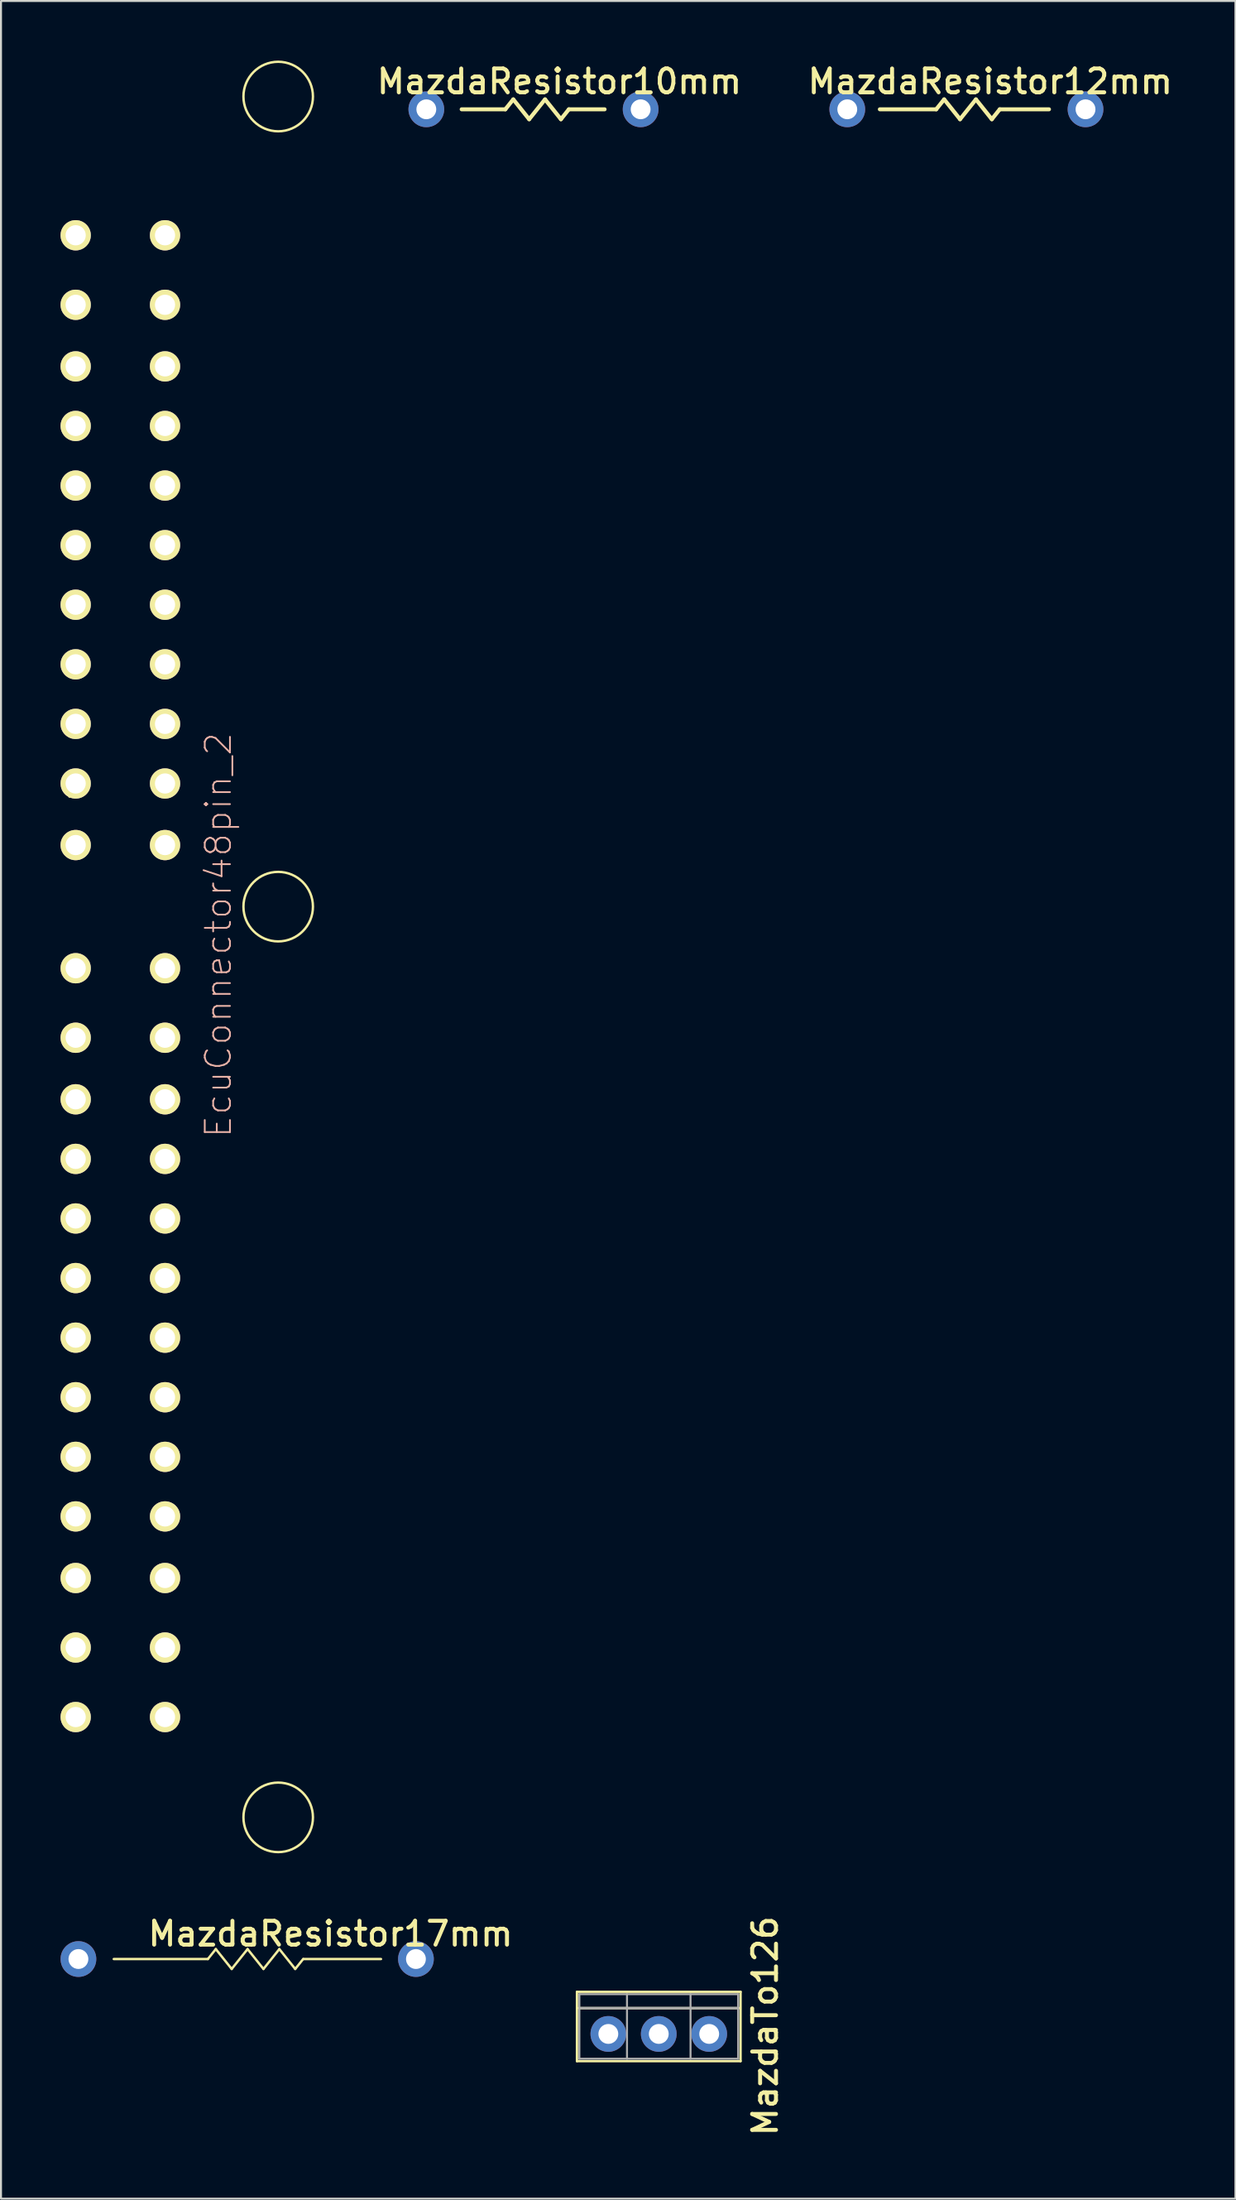
<source format=kicad_pcb>
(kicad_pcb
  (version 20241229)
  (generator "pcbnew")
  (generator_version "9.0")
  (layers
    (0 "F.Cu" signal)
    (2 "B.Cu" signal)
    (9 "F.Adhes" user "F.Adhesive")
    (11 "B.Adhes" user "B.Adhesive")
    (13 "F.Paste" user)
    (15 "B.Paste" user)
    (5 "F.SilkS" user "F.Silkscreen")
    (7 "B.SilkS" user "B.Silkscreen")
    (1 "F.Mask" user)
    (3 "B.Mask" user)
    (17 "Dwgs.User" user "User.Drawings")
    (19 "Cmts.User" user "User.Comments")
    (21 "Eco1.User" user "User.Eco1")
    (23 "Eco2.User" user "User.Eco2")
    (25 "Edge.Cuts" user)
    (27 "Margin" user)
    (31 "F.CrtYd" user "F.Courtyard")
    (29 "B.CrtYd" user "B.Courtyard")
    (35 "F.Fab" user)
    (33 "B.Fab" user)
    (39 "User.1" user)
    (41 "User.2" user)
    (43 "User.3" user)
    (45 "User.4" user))
  (footprint "EcuConnector48pin_2"
    (layer "F.Cu")
    (at 0.762 8.795)
    (property "Reference" "EcuConnector48pin_2" (at 7.188 35.23 270) (layer "B.SilkS") (effects (font (size 1.27 1.27) (thickness 0.089))))
    (attr exclude_from_pos_files exclude_from_bom)
    (fp_line (start -0.33 -0.36) (end 0.178 -0.36) (stroke (width 0.066) (type solid)) (layer "F.SilkS"))
    (fp_line (start -0.33 0.148) (end -0.33 -0.36) (stroke (width 0.066) (type solid)) (layer "F.SilkS"))
    (fp_line (start -0.33 0.148) (end 0.178 0.148) (stroke (width 0.066) (type solid)) (layer "F.SilkS"))
    (fp_line (start -0.33 3.273) (end 0.178 3.273) (stroke (width 0.066) (type solid)) (layer "F.SilkS"))
    (fp_line (start -0.33 12.14) (end 0.178 12.14) (stroke (width 0.066) (type solid)) (layer "F.SilkS"))
    (fp_line (start -0.33 12.648) (end -0.33 12.14) (stroke (width 0.066) (type solid)) (layer "F.SilkS"))
    (fp_line (start -0.33 12.648) (end 0.178 12.648) (stroke (width 0.066) (type solid)) (layer "F.SilkS"))
    (fp_line (start -0.33 15.265) (end 0.178 15.265) (stroke (width 0.066) (type solid)) (layer "F.SilkS"))
    (fp_line (start -0.33 15.773) (end -0.33 15.265) (stroke (width 0.066) (type solid)) (layer "F.SilkS"))
    (fp_line (start -0.33 15.773) (end 0.178 15.773) (stroke (width 0.066) (type solid)) (layer "F.SilkS"))
    (fp_line (start -0.33 18.39) (end 0.178 18.39) (stroke (width 0.066) (type solid)) (layer "F.SilkS"))
    (fp_line (start -0.33 18.898) (end -0.33 18.39) (stroke (width 0.066) (type solid)) (layer "F.SilkS"))
    (fp_line (start -0.33 18.898) (end 0.178 18.898) (stroke (width 0.066) (type solid)) (layer "F.SilkS"))
    (fp_line (start -0.33 21.515) (end 0.178 21.515) (stroke (width 0.066) (type solid)) (layer "F.SilkS"))
    (fp_line (start -0.33 22.023) (end -0.33 21.515) (stroke (width 0.066) (type solid)) (layer "F.SilkS"))
    (fp_line (start -0.33 22.023) (end 0.178 22.023) (stroke (width 0.066) (type solid)) (layer "F.SilkS"))
    (fp_line (start -0.33 24.64) (end 0.178 24.64) (stroke (width 0.066) (type solid)) (layer "F.SilkS"))
    (fp_line (start -0.33 25.148) (end -0.33 24.64) (stroke (width 0.066) (type solid)) (layer "F.SilkS"))
    (fp_line (start -0.33 25.148) (end 0.178 25.148) (stroke (width 0.066) (type solid)) (layer "F.SilkS"))
    (fp_line (start -0.33 27.765) (end 0.178 27.765) (stroke (width 0.066) (type solid)) (layer "F.SilkS"))
    (fp_line (start -0.33 28.273) (end -0.33 27.765) (stroke (width 0.066) (type solid)) (layer "F.SilkS"))
    (fp_line (start -0.33 28.273) (end 0.178 28.273) (stroke (width 0.066) (type solid)) (layer "F.SilkS"))
    (fp_line (start -0.33 30.89) (end 0.178 30.89) (stroke (width 0.066) (type solid)) (layer "F.SilkS"))
    (fp_line (start 0.178 0.148) (end 0.178 -0.36) (stroke (width 0.066) (type solid)) (layer "F.SilkS"))
    (fp_line (start 0.178 12.648) (end 0.178 12.14) (stroke (width 0.066) (type solid)) (layer "F.SilkS"))
    (fp_line (start 0.178 15.773) (end 0.178 15.265) (stroke (width 0.066) (type solid)) (layer "F.SilkS"))
    (fp_line (start 0.178 18.898) (end 0.178 18.39) (stroke (width 0.066) (type solid)) (layer "F.SilkS"))
    (fp_line (start 0.178 22.023) (end 0.178 21.515) (stroke (width 0.066) (type solid)) (layer "F.SilkS"))
    (fp_line (start 0.178 25.148) (end 0.178 24.64) (stroke (width 0.066) (type solid)) (layer "F.SilkS"))
    (fp_line (start 0.178 28.273) (end 0.178 27.765) (stroke (width 0.066) (type solid)) (layer "F.SilkS"))
    (fp_line (start 0.178 31.398) (end 0.178 30.89) (stroke (width 0.066) (type solid)) (layer "F.SilkS"))
    (fp_line (start 4.75 0.148) (end 4.75 -0.36) (stroke (width 0.066) (type solid)) (layer "F.SilkS"))
    (fp_line (start 4.75 9.523) (end 4.75 9.015) (stroke (width 0.066) (type solid)) (layer "F.SilkS"))
    (fp_line (start 4.75 12.648) (end 4.75 12.14) (stroke (width 0.066) (type solid)) (layer "F.SilkS"))
    (fp_line (start 4.75 15.773) (end 4.75 15.265) (stroke (width 0.066) (type solid)) (layer "F.SilkS"))
    (fp_line (start 4.75 18.898) (end 4.75 18.39) (stroke (width 0.066) (type solid)) (layer "F.SilkS"))
    (fp_line (start 4.75 22.023) (end 4.75 21.515) (stroke (width 0.066) (type solid)) (layer "F.SilkS"))
    (fp_line (start 4.75 25.148) (end 4.75 24.64) (stroke (width 0.066) (type solid)) (layer "F.SilkS"))
    (fp_line (start 4.75 28.273) (end 4.75 27.765) (stroke (width 0.066) (type solid)) (layer "F.SilkS"))
    (fp_circle (center 10.2 -6.985) (end 11.95 -6.985) (stroke (width 0.12) (type solid)) (fill no) (layer "F.SilkS"))
    (fp_circle (center 10.2 33.8) (end 11.95 33.8) (stroke (width 0.12) (type solid)) (fill no) (layer "F.SilkS"))
    (fp_circle (center 10.2 79.65) (end 11.95 79.65) (stroke (width 0.12) (type solid)) (fill no) (layer "F.SilkS"))
    (pad "2A" thru_hole circle (at 0 36.9 270) (size 1.524 1.524) (drill 1.016) (layers "*.Cu" "F.Mask" "F.SilkS" "F.Paste"))
    (pad "2B" thru_hole circle (at 4.5 36.9 270) (size 1.524 1.524) (drill 1.016) (layers "*.Cu" "F.Mask" "F.SilkS" "F.Paste"))
    (pad "2C" thru_hole circle (at 0 40.4 270) (size 1.524 1.524) (drill 1.016) (layers "*.Cu" "F.Mask" "F.SilkS" "F.Paste"))
    (pad "2D" thru_hole circle (at 4.5 40.4 270) (size 1.524 1.524) (drill 1.016) (layers "*.Cu" "F.Mask" "F.SilkS" "F.Paste"))
    (pad "2E" thru_hole circle (at 0 43.5 270) (size 1.524 1.524) (drill 1.016) (layers "*.Cu" "F.Mask" "F.SilkS" "F.Paste"))
    (pad "2F" thru_hole circle (at 4.5 43.5 270) (size 1.524 1.524) (drill 1.016) (layers "*.Cu" "F.Mask" "F.SilkS" "F.Paste"))
    (pad "2G" thru_hole circle (at 0 46.5 270) (size 1.524 1.524) (drill 1.016) (layers "*.Cu" "F.Mask" "F.SilkS" "F.Paste"))
    (pad "2H" thru_hole circle (at 4.5 46.5 270) (size 1.524 1.524) (drill 1.016) (layers "*.Cu" "F.Mask" "F.SilkS" "F.Paste"))
    (pad "2I" thru_hole circle (at 0 49.5 270) (size 1.524 1.524) (drill 1.016) (layers "*.Cu" "F.Mask" "F.SilkS" "F.Paste"))
    (pad "2J" thru_hole circle (at 4.5 49.5 270) (size 1.524 1.524) (drill 1.016) (layers "*.Cu" "F.Mask" "F.SilkS" "F.Paste"))
    (pad "2K" thru_hole circle (at 0 52.5 270) (size 1.524 1.524) (drill 1.016) (layers "*.Cu" "F.Mask" "F.SilkS" "F.Paste"))
    (pad "2L" thru_hole circle (at 4.5 52.5 270) (size 1.524 1.524) (drill 1.016) (layers "*.Cu" "F.Mask" "F.SilkS" "F.Paste"))
    (pad "2M" thru_hole circle (at 0 55.5 270) (size 1.524 1.524) (drill 1.016) (layers "*.Cu" "F.Mask" "F.SilkS" "F.Paste"))
    (pad "2N" thru_hole circle (at 4.5 55.5 270) (size 1.524 1.524) (drill 1.016) (layers "*.Cu" "F.Mask" "F.SilkS" "F.Paste"))
    (pad "2O" thru_hole circle (at 0 58.5 270) (size 1.524 1.524) (drill 1.016) (layers "*.Cu" "F.Mask" "F.SilkS" "F.Paste"))
    (pad "2P" thru_hole circle (at 4.5 58.5 270) (size 1.524 1.524) (drill 1.016) (layers "*.Cu" "F.Mask" "F.SilkS" "F.Paste"))
    (pad "2Q" thru_hole circle (at 0 61.5 270) (size 1.524 1.524) (drill 1.016) (layers "*.Cu" "F.Mask" "F.SilkS" "F.Paste"))
    (pad "2R" thru_hole circle (at 4.5 61.5 270) (size 1.524 1.524) (drill 1.016) (layers "*.Cu" "F.Mask" "F.SilkS" "F.Paste"))
    (pad "2S" thru_hole circle (at 0 64.5 270) (size 1.524 1.524) (drill 1.016) (layers "*.Cu" "F.Mask" "F.SilkS" "F.Paste"))
    (pad "2T" thru_hole circle (at 4.5 64.5 270) (size 1.524 1.524) (drill 1.016) (layers "*.Cu" "F.Mask" "F.SilkS" "F.Paste"))
    (pad "2U" thru_hole circle (at 0 67.6 270) (size 1.524 1.524) (drill 1.016) (layers "*.Cu" "F.Mask" "F.SilkS" "F.Paste"))
    (pad "2V" thru_hole circle (at 4.5 67.6 270) (size 1.524 1.524) (drill 1.016) (layers "*.Cu" "F.Mask" "F.SilkS" "F.Paste"))
    (pad "2W" thru_hole circle (at 0 71.1 270) (size 1.524 1.524) (drill 1.016) (layers "*.Cu" "F.Mask" "F.SilkS" "F.Paste"))
    (pad "2X" thru_hole circle (at 4.5 71.1 270) (size 1.524 1.524) (drill 1.016) (layers "*.Cu" "F.Mask" "F.SilkS" "F.Paste"))
    (pad "2Y" thru_hole circle (at 0 74.6 270) (size 1.524 1.524) (drill 1.016) (layers "*.Cu" "F.Mask" "F.SilkS" "F.Paste"))
    (pad "2Z" thru_hole circle (at 4.5 74.6 270) (size 1.524 1.524) (drill 1.016) (layers "*.Cu" "F.Mask" "F.SilkS" "F.Paste"))
    (pad "A" thru_hole circle (at 0 0 270) (size 1.524 1.524) (drill 1.016) (layers "*.Cu" "F.Mask" "F.SilkS" "F.Paste"))
    (pad "B" thru_hole circle (at 4.5 0 270) (size 1.524 1.524) (drill 1.016) (layers "*.Cu" "F.Mask" "F.SilkS" "F.Paste"))
    (pad "C" thru_hole circle (at 0 3.5 270) (size 1.524 1.524) (drill 1.016) (layers "*.Cu" "F.Mask" "F.SilkS" "F.Paste"))
    (pad "D" thru_hole circle (at 4.5 3.5 270) (size 1.524 1.524) (drill 1.016) (layers "*.Cu" "F.Mask" "F.SilkS" "F.Paste"))
    (pad "E" thru_hole circle (at 0 6.6 270) (size 1.524 1.524) (drill 1.016) (layers "*.Cu" "F.Mask" "F.SilkS" "F.Paste"))
    (pad "F" thru_hole circle (at 4.5 6.6 270) (size 1.524 1.524) (drill 1.016) (layers "*.Cu" "F.Mask" "F.SilkS" "F.Paste"))
    (pad "G" thru_hole circle (at 0 9.6 270) (size 1.524 1.524) (drill 1.016) (layers "*.Cu" "F.Mask" "F.SilkS" "F.Paste"))
    (pad "H" thru_hole circle (at 4.5 9.6 270) (size 1.524 1.524) (drill 1.016) (layers "*.Cu" "F.Mask" "F.SilkS" "F.Paste"))
    (pad "I" thru_hole circle (at 0 12.6 270) (size 1.524 1.524) (drill 1.016) (layers "*.Cu" "F.Mask" "F.SilkS" "F.Paste"))
    (pad "J" thru_hole circle (at 4.5 12.6 270) (size 1.524 1.524) (drill 1.016) (layers "*.Cu" "F.Mask" "F.SilkS" "F.Paste"))
    (pad "K" thru_hole circle (at 0 15.6 270) (size 1.524 1.524) (drill 1.016) (layers "*.Cu" "F.Mask" "F.SilkS" "F.Paste"))
    (pad "L" thru_hole circle (at 4.5 15.6 270) (size 1.524 1.524) (drill 1.016) (layers "*.Cu" "F.Mask" "F.SilkS" "F.Paste"))
    (pad "M" thru_hole circle (at 0 18.6 270) (size 1.524 1.524) (drill 1.016) (layers "*.Cu" "F.Mask" "F.SilkS" "F.Paste"))
    (pad "N" thru_hole circle (at 4.5 18.6 270) (size 1.524 1.524) (drill 1.016) (layers "*.Cu" "F.Mask" "F.SilkS" "F.Paste"))
    (pad "O" thru_hole circle (at 0 21.6 270) (size 1.524 1.524) (drill 1.016) (layers "*.Cu" "F.Mask" "F.SilkS" "F.Paste"))
    (pad "P" thru_hole circle (at 4.5 21.6 270) (size 1.524 1.524) (drill 1.016) (layers "*.Cu" "F.Mask" "F.SilkS" "F.Paste"))
    (pad "Q" thru_hole circle (at 0 24.6 270) (size 1.524 1.524) (drill 1.016) (layers "*.Cu" "F.Mask" "F.SilkS" "F.Paste"))
    (pad "R" thru_hole circle (at 4.5 24.6 270) (size 1.524 1.524) (drill 1.016) (layers "*.Cu" "F.Mask" "F.SilkS" "F.Paste"))
    (pad "S" thru_hole circle (at 0 27.6 270) (size 1.524 1.524) (drill 1.016) (layers "*.Cu" "F.Mask" "F.SilkS" "F.Paste"))
    (pad "T" thru_hole circle (at 4.5 27.6 270) (size 1.524 1.524) (drill 1.016) (layers "*.Cu" "F.Mask" "F.SilkS" "F.Paste"))
    (pad "U" thru_hole circle (at 0 30.7 270) (size 1.524 1.524) (drill 1.016) (layers "*.Cu" "F.Mask" "F.SilkS" "F.Paste"))
    (pad "V" thru_hole circle (at 4.5 30.7 270) (size 1.524 1.524) (drill 1.016) (layers "*.Cu" "F.Mask" "F.SilkS" "F.Paste")))
  (footprint "MazdaResistor17mm"
    (layer "F.Cu")
    (at 0.9 95.578)
    (property "Reference" "MazdaResistor17mm" (at 12.7 -1.27 0) (layer "F.SilkS") (effects (font (size 1.2 1.2) (thickness 0.2))))
    (attr through_hole)
    (fp_line (start 6.52 0) (end 1.78 0) (stroke (width 0.12) (type solid)) (layer "F.SilkS"))
    (fp_line (start 6.52 0) (end 6.92 -0.5) (stroke (width 0.12) (type solid)) (layer "F.SilkS"))
    (fp_line (start 6.92 -0.5) (end 7.72 0.5) (stroke (width 0.12) (type solid)) (layer "F.SilkS"))
    (fp_line (start 7.72 0.5) (end 8.52 -0.5) (stroke (width 0.12) (type solid)) (layer "F.SilkS"))
    (fp_line (start 8.52 -0.5) (end 9.32 0.5) (stroke (width 0.12) (type solid)) (layer "F.SilkS"))
    (fp_line (start 9.32 0.5) (end 10.12 -0.5) (stroke (width 0.12) (type solid)) (layer "F.SilkS"))
    (fp_line (start 10.12 -0.5) (end 10.92 0.5) (stroke (width 0.12) (type solid)) (layer "F.SilkS"))
    (fp_line (start 10.92 0.5) (end 11.32 0) (stroke (width 0.12) (type solid)) (layer "F.SilkS"))
    (fp_line (start 11.33 0) (end 15.24 0) (stroke (width 0.12) (type solid)) (layer "F.SilkS"))
    (pad "1" thru_hole circle (at 0 0) (size 1.8 1.8) (drill 1) (layers "*.Cu" "*.Mask"))
    (pad "2" thru_hole oval (at 17 0) (size 1.8 1.8) (drill 1) (layers "*.Cu" "*.Mask")))
  (footprint "MazdaResistor12mm"
    (layer "F.Cu")
    (at 39.626 2.453)
    (property "Reference" "MazdaResistor12mm" (at 7.2 -1.4 0) (layer "F.SilkS") (effects (font (size 1.2 1.2) (thickness 0.2))))
    (attr through_hole)
    (fp_line (start 4.48 0) (end 1.64 0) (stroke (width 0.2) (type solid)) (layer "F.SilkS"))
    (fp_line (start 4.48 0) (end 4.88 -0.5) (stroke (width 0.2) (type solid)) (layer "F.SilkS"))
    (fp_line (start 4.88 -0.5) (end 5.68 0.5) (stroke (width 0.2) (type solid)) (layer "F.SilkS"))
    (fp_line (start 5.68 0.5) (end 6.48 -0.5) (stroke (width 0.2) (type solid)) (layer "F.SilkS"))
    (fp_line (start 6.48 -0.5) (end 7.28 0.5) (stroke (width 0.2) (type solid)) (layer "F.SilkS"))
    (fp_line (start 7.28 0.5) (end 7.68 0) (stroke (width 0.2) (type solid)) (layer "F.SilkS"))
    (fp_line (start 7.68 0) (end 10.16 0) (stroke (width 0.2) (type solid)) (layer "F.SilkS"))
    (pad "1" thru_hole circle (at 0 0) (size 1.8 1.8) (drill 1) (layers "*.Cu" "*.Mask"))
    (pad "2" thru_hole oval (at 12 0) (size 1.8 1.8) (drill 1) (layers "*.Cu" "*.Mask")))
  (footprint "MazdaTo126"
    (layer "F.Cu")
    (at 27.591 99.349)
    (property "Reference" "MazdaTo126" (at 7.9 -0.4 270) (layer "F.SilkS") (effects (font (size 1.2 1.2) (thickness 0.2))))
    (attr through_hole)
    (fp_line (start -1.58 -2.12) (end -1.58 1.37) (stroke (width 0.12) (type solid)) (layer "F.SilkS"))
    (fp_line (start -1.58 -2.12) (end 6.66 -2.12) (stroke (width 0.12) (type solid)) (layer "F.SilkS"))
    (fp_line (start -1.58 1.37) (end 6.66 1.37) (stroke (width 0.12) (type solid)) (layer "F.SilkS"))
    (fp_line (start -1.5 -1.3) (end 6.6 -1.3) (stroke (width 0.12) (type solid)) (layer "F.SilkS"))
    (fp_line (start 6.66 -2.12) (end 6.66 1.37) (stroke (width 0.12) (type solid)) (layer "F.SilkS"))
    (fp_line (start -1.46 -2) (end -1.46 1.25) (stroke (width 0.1) (type solid)) (layer "F.Fab"))
    (fp_line (start -1.46 1.25) (end 6.54 1.25) (stroke (width 0.1) (type solid)) (layer "F.Fab"))
    (fp_line (start -1.4 -1.3) (end 6.5 -1.3) (stroke (width 0.12) (type solid)) (layer "F.Fab"))
    (fp_line (start 0.94 -2) (end 0.94 1.25) (stroke (width 0.1) (type solid)) (layer "F.Fab"))
    (fp_line (start 4.14 -2) (end 4.14 1.25) (stroke (width 0.1) (type solid)) (layer "F.Fab"))
    (fp_line (start 6.54 -2) (end -1.46 -2) (stroke (width 0.1) (type solid)) (layer "F.Fab"))
    (fp_line (start 6.54 1.25) (end 6.54 -2) (stroke (width 0.1) (type solid)) (layer "F.Fab"))
    (pad "1" thru_hole circle (at 0 0) (size 1.8 1.8) (drill 1) (layers "*.Cu" "*.Mask"))
    (pad "2" thru_hole oval (at 2.54 0) (size 1.8 1.8) (drill 1) (layers "*.Cu" "*.Mask"))
    (pad "3" thru_hole oval (at 5.08 0) (size 1.8 1.8) (drill 1) (layers "*.Cu" "*.Mask")))
  (footprint "MazdaResistor10mm"
    (layer "F.Cu")
    (at 18.423 2.453)
    (property "Reference" "MazdaResistor10mm" (at 6.7 -1.4 0) (layer "F.SilkS") (effects (font (size 1.2 1.2) (thickness 0.2))))
    (attr through_hole)
    (fp_line (start 3.98 0) (end 1.78 0) (stroke (width 0.2) (type solid)) (layer "F.SilkS"))
    (fp_line (start 3.98 0) (end 4.38 -0.5) (stroke (width 0.2) (type solid)) (layer "F.SilkS"))
    (fp_line (start 4.38 -0.5) (end 5.18 0.5) (stroke (width 0.2) (type solid)) (layer "F.SilkS"))
    (fp_line (start 5.18 0.5) (end 5.98 -0.5) (stroke (width 0.2) (type solid)) (layer "F.SilkS"))
    (fp_line (start 5.98 -0.5) (end 6.78 0.5) (stroke (width 0.2) (type solid)) (layer "F.SilkS"))
    (fp_line (start 6.78 0.5) (end 7.18 0) (stroke (width 0.2) (type solid)) (layer "F.SilkS"))
    (fp_line (start 7.18 0) (end 8.98 0) (stroke (width 0.2) (type solid)) (layer "F.SilkS"))
    (pad "1" thru_hole circle (at 0 0) (size 1.8 1.8) (drill 1) (layers "*.Cu" "*.Mask"))
    (pad "2" thru_hole oval (at 10.795 0) (size 1.8 1.8) (drill 1) (layers "*.Cu" "*.Mask")))
  (gr_rect
    (start -3 -3)
    (end 59.178 107.644)
    (stroke (width 0.1) (type default))
    (fill no)
    (layer "Edge.Cuts")))
</source>
